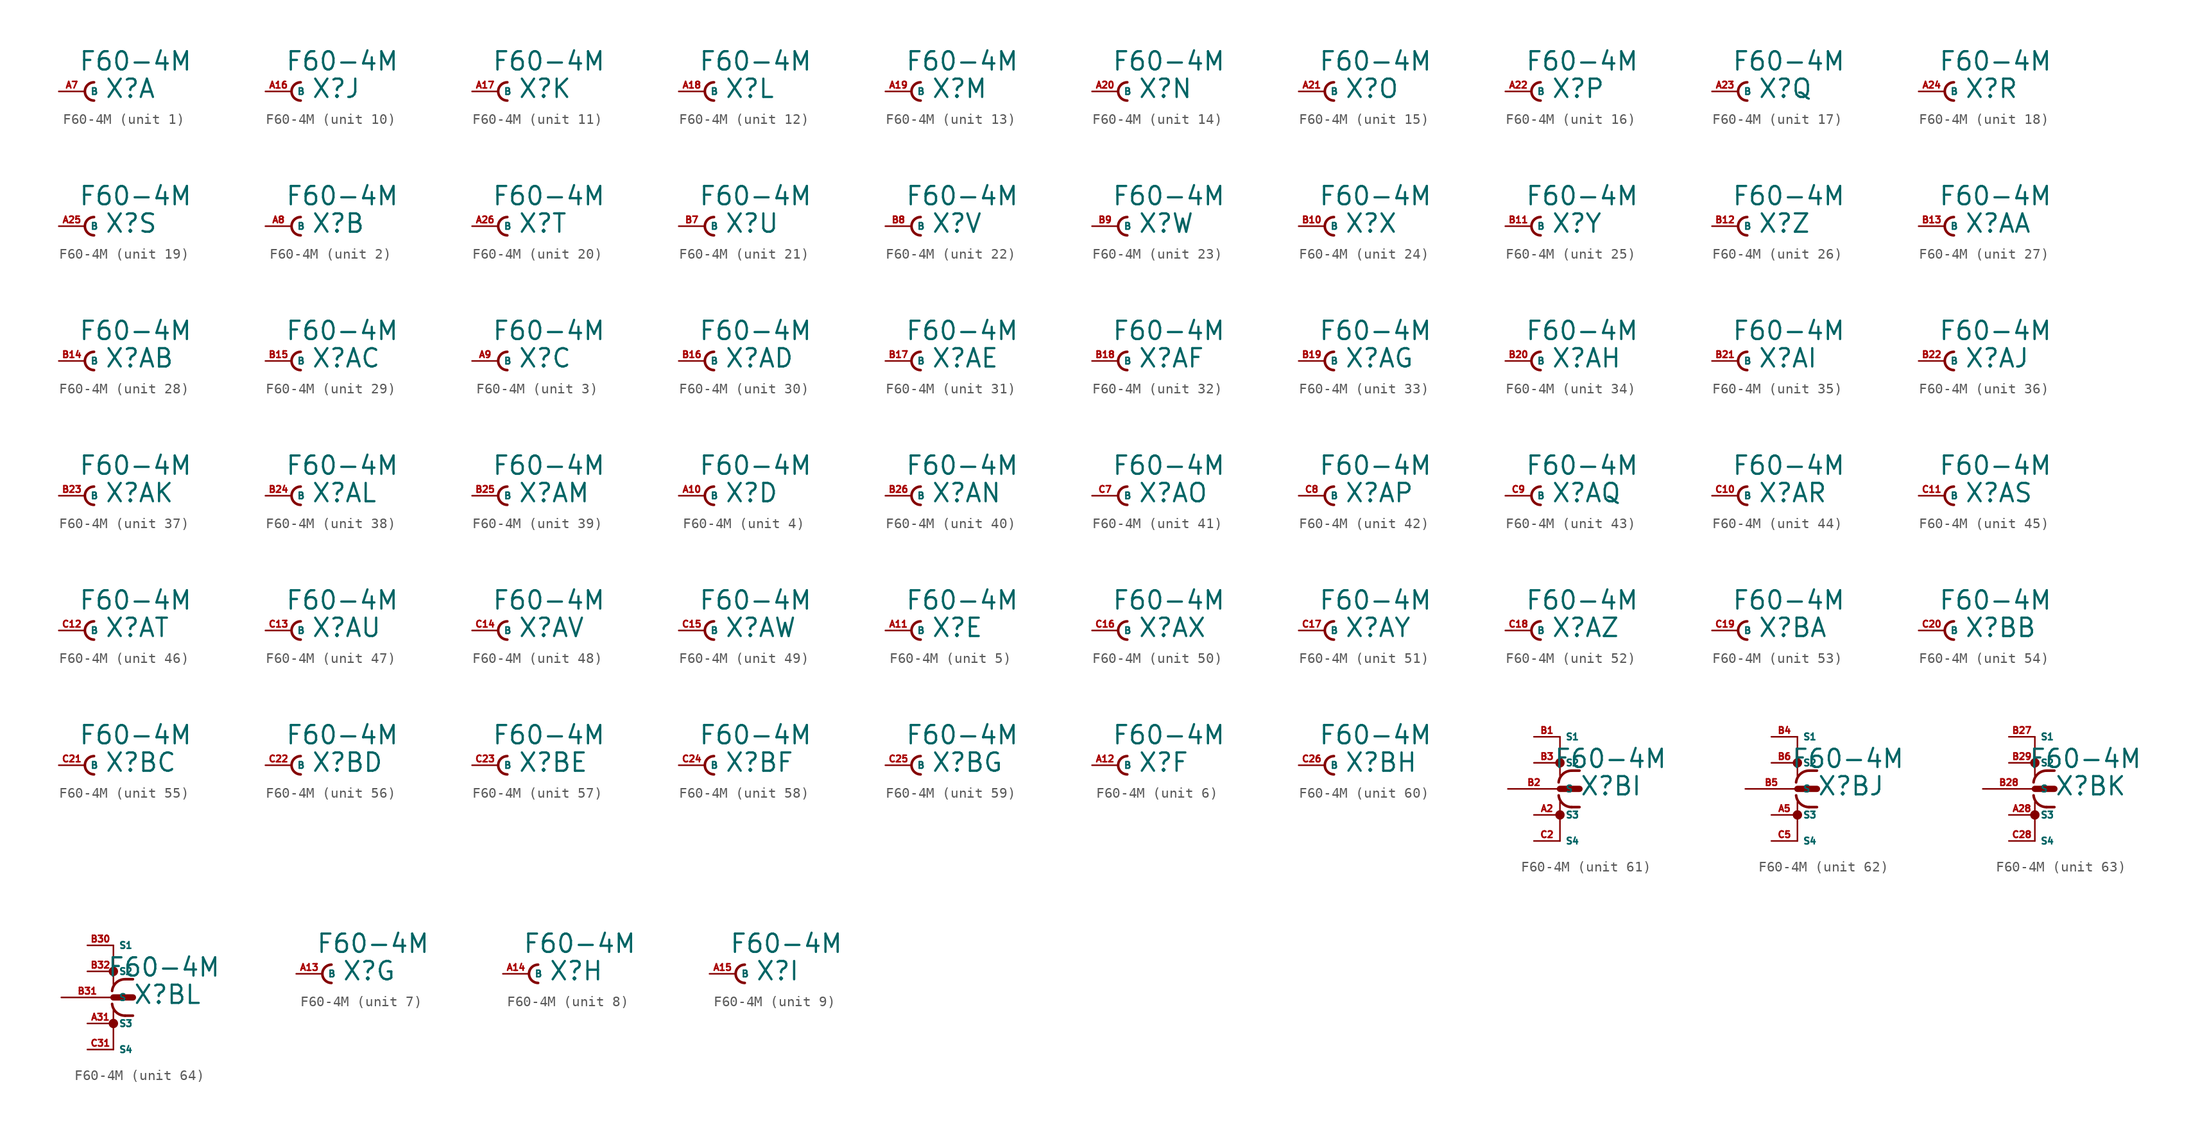
<source format=kicad_sym>
(kicad_symbol_lib
  (version 20220914)
  (generator Eagle2Kicad)
  (symbol "F60-4M"
    (property "Reference" "X"
      (at 1.905 -0.762 0)
      (effects (font (size 1.778 1.778) (thickness 0.22)) (justify left bottom)))
    (property "Value" "F60-4M"
      (at -0.635 1.905 0)
      (effects (font (size 1.778 1.778) (thickness 0.22)) (justify left bottom)))
    (symbol "F60-4M_1_0"
      (arc (start 0.889 0.889) (mid 0.000 0.000) (end 0.889 -0.889) (stroke (width 0.254) (type default)) (fill (type none)))
      (pin passive line (at -2.54 0 0) (length 2.54) (name "B" (effects (font (size 0.635 0.635) (thickness 0.08)) (justify left bottom))) (number "A7" (effects (font (size 0.635 0.635) (thickness 0.08)) (justify left bottom)))))
    (symbol "F60-4M_2_0"
      (arc (start 0.889 0.889) (mid 0.000 0.000) (end 0.889 -0.889) (stroke (width 0.254) (type default)) (fill (type none)))
      (pin passive line (at -2.54 0 0) (length 2.54) (name "B" (effects (font (size 0.635 0.635) (thickness 0.08)) (justify left bottom))) (number "A8" (effects (font (size 0.635 0.635) (thickness 0.08)) (justify left bottom)))))
    (symbol "F60-4M_3_0"
      (arc (start 0.889 0.889) (mid 0.000 0.000) (end 0.889 -0.889) (stroke (width 0.254) (type default)) (fill (type none)))
      (pin passive line (at -2.54 0 0) (length 2.54) (name "B" (effects (font (size 0.635 0.635) (thickness 0.08)) (justify left bottom))) (number "A9" (effects (font (size 0.635 0.635) (thickness 0.08)) (justify left bottom)))))
    (symbol "F60-4M_4_0"
      (arc (start 0.889 0.889) (mid 0.000 0.000) (end 0.889 -0.889) (stroke (width 0.254) (type default)) (fill (type none)))
      (pin passive line (at -2.54 0 0) (length 2.54) (name "B" (effects (font (size 0.635 0.635) (thickness 0.08)) (justify left bottom))) (number "A10" (effects (font (size 0.635 0.635) (thickness 0.08)) (justify left bottom)))))
    (symbol "F60-4M_5_0"
      (arc (start 0.889 0.889) (mid 0.000 0.000) (end 0.889 -0.889) (stroke (width 0.254) (type default)) (fill (type none)))
      (pin passive line (at -2.54 0 0) (length 2.54) (name "B" (effects (font (size 0.635 0.635) (thickness 0.08)) (justify left bottom))) (number "A11" (effects (font (size 0.635 0.635) (thickness 0.08)) (justify left bottom)))))
    (symbol "F60-4M_6_0"
      (arc (start 0.889 0.889) (mid 0.000 0.000) (end 0.889 -0.889) (stroke (width 0.254) (type default)) (fill (type none)))
      (pin passive line (at -2.54 0 0) (length 2.54) (name "B" (effects (font (size 0.635 0.635) (thickness 0.08)) (justify left bottom))) (number "A12" (effects (font (size 0.635 0.635) (thickness 0.08)) (justify left bottom)))))
    (symbol "F60-4M_7_0"
      (arc (start 0.889 0.889) (mid 0.000 0.000) (end 0.889 -0.889) (stroke (width 0.254) (type default)) (fill (type none)))
      (pin passive line (at -2.54 0 0) (length 2.54) (name "B" (effects (font (size 0.635 0.635) (thickness 0.08)) (justify left bottom))) (number "A13" (effects (font (size 0.635 0.635) (thickness 0.08)) (justify left bottom)))))
    (symbol "F60-4M_8_0"
      (arc (start 0.889 0.889) (mid 0.000 0.000) (end 0.889 -0.889) (stroke (width 0.254) (type default)) (fill (type none)))
      (pin passive line (at -2.54 0 0) (length 2.54) (name "B" (effects (font (size 0.635 0.635) (thickness 0.08)) (justify left bottom))) (number "A14" (effects (font (size 0.635 0.635) (thickness 0.08)) (justify left bottom)))))
    (symbol "F60-4M_9_0"
      (arc (start 0.889 0.889) (mid 0.000 0.000) (end 0.889 -0.889) (stroke (width 0.254) (type default)) (fill (type none)))
      (pin passive line (at -2.54 0 0) (length 2.54) (name "B" (effects (font (size 0.635 0.635) (thickness 0.08)) (justify left bottom))) (number "A15" (effects (font (size 0.635 0.635) (thickness 0.08)) (justify left bottom)))))
    (symbol "F60-4M_10_0"
      (arc (start 0.889 0.889) (mid 0.000 0.000) (end 0.889 -0.889) (stroke (width 0.254) (type default)) (fill (type none)))
      (pin passive line (at -2.54 0 0) (length 2.54) (name "B" (effects (font (size 0.635 0.635) (thickness 0.08)) (justify left bottom))) (number "A16" (effects (font (size 0.635 0.635) (thickness 0.08)) (justify left bottom)))))
    (symbol "F60-4M_11_0"
      (arc (start 0.889 0.889) (mid 0.000 0.000) (end 0.889 -0.889) (stroke (width 0.254) (type default)) (fill (type none)))
      (pin passive line (at -2.54 0 0) (length 2.54) (name "B" (effects (font (size 0.635 0.635) (thickness 0.08)) (justify left bottom))) (number "A17" (effects (font (size 0.635 0.635) (thickness 0.08)) (justify left bottom)))))
    (symbol "F60-4M_12_0"
      (arc (start 0.889 0.889) (mid 0.000 0.000) (end 0.889 -0.889) (stroke (width 0.254) (type default)) (fill (type none)))
      (pin passive line (at -2.54 0 0) (length 2.54) (name "B" (effects (font (size 0.635 0.635) (thickness 0.08)) (justify left bottom))) (number "A18" (effects (font (size 0.635 0.635) (thickness 0.08)) (justify left bottom)))))
    (symbol "F60-4M_13_0"
      (arc (start 0.889 0.889) (mid 0.000 0.000) (end 0.889 -0.889) (stroke (width 0.254) (type default)) (fill (type none)))
      (pin passive line (at -2.54 0 0) (length 2.54) (name "B" (effects (font (size 0.635 0.635) (thickness 0.08)) (justify left bottom))) (number "A19" (effects (font (size 0.635 0.635) (thickness 0.08)) (justify left bottom)))))
    (symbol "F60-4M_14_0"
      (arc (start 0.889 0.889) (mid 0.000 0.000) (end 0.889 -0.889) (stroke (width 0.254) (type default)) (fill (type none)))
      (pin passive line (at -2.54 0 0) (length 2.54) (name "B" (effects (font (size 0.635 0.635) (thickness 0.08)) (justify left bottom))) (number "A20" (effects (font (size 0.635 0.635) (thickness 0.08)) (justify left bottom)))))
    (symbol "F60-4M_15_0"
      (arc (start 0.889 0.889) (mid 0.000 0.000) (end 0.889 -0.889) (stroke (width 0.254) (type default)) (fill (type none)))
      (pin passive line (at -2.54 0 0) (length 2.54) (name "B" (effects (font (size 0.635 0.635) (thickness 0.08)) (justify left bottom))) (number "A21" (effects (font (size 0.635 0.635) (thickness 0.08)) (justify left bottom)))))
    (symbol "F60-4M_16_0"
      (arc (start 0.889 0.889) (mid 0.000 0.000) (end 0.889 -0.889) (stroke (width 0.254) (type default)) (fill (type none)))
      (pin passive line (at -2.54 0 0) (length 2.54) (name "B" (effects (font (size 0.635 0.635) (thickness 0.08)) (justify left bottom))) (number "A22" (effects (font (size 0.635 0.635) (thickness 0.08)) (justify left bottom)))))
    (symbol "F60-4M_17_0"
      (arc (start 0.889 0.889) (mid 0.000 0.000) (end 0.889 -0.889) (stroke (width 0.254) (type default)) (fill (type none)))
      (pin passive line (at -2.54 0 0) (length 2.54) (name "B" (effects (font (size 0.635 0.635) (thickness 0.08)) (justify left bottom))) (number "A23" (effects (font (size 0.635 0.635) (thickness 0.08)) (justify left bottom)))))
    (symbol "F60-4M_18_0"
      (arc (start 0.889 0.889) (mid 0.000 0.000) (end 0.889 -0.889) (stroke (width 0.254) (type default)) (fill (type none)))
      (pin passive line (at -2.54 0 0) (length 2.54) (name "B" (effects (font (size 0.635 0.635) (thickness 0.08)) (justify left bottom))) (number "A24" (effects (font (size 0.635 0.635) (thickness 0.08)) (justify left bottom)))))
    (symbol "F60-4M_19_0"
      (arc (start 0.889 0.889) (mid 0.000 0.000) (end 0.889 -0.889) (stroke (width 0.254) (type default)) (fill (type none)))
      (pin passive line (at -2.54 0 0) (length 2.54) (name "B" (effects (font (size 0.635 0.635) (thickness 0.08)) (justify left bottom))) (number "A25" (effects (font (size 0.635 0.635) (thickness 0.08)) (justify left bottom)))))
    (symbol "F60-4M_20_0"
      (arc (start 0.889 0.889) (mid 0.000 0.000) (end 0.889 -0.889) (stroke (width 0.254) (type default)) (fill (type none)))
      (pin passive line (at -2.54 0 0) (length 2.54) (name "B" (effects (font (size 0.635 0.635) (thickness 0.08)) (justify left bottom))) (number "A26" (effects (font (size 0.635 0.635) (thickness 0.08)) (justify left bottom)))))
    (symbol "F60-4M_21_0"
      (arc (start 0.889 0.889) (mid 0.000 0.000) (end 0.889 -0.889) (stroke (width 0.254) (type default)) (fill (type none)))
      (pin passive line (at -2.54 0 0) (length 2.54) (name "B" (effects (font (size 0.635 0.635) (thickness 0.08)) (justify left bottom))) (number "B7" (effects (font (size 0.635 0.635) (thickness 0.08)) (justify left bottom)))))
    (symbol "F60-4M_22_0"
      (arc (start 0.889 0.889) (mid 0.000 0.000) (end 0.889 -0.889) (stroke (width 0.254) (type default)) (fill (type none)))
      (pin passive line (at -2.54 0 0) (length 2.54) (name "B" (effects (font (size 0.635 0.635) (thickness 0.08)) (justify left bottom))) (number "B8" (effects (font (size 0.635 0.635) (thickness 0.08)) (justify left bottom)))))
    (symbol "F60-4M_23_0"
      (arc (start 0.889 0.889) (mid 0.000 0.000) (end 0.889 -0.889) (stroke (width 0.254) (type default)) (fill (type none)))
      (pin passive line (at -2.54 0 0) (length 2.54) (name "B" (effects (font (size 0.635 0.635) (thickness 0.08)) (justify left bottom))) (number "B9" (effects (font (size 0.635 0.635) (thickness 0.08)) (justify left bottom)))))
    (symbol "F60-4M_24_0"
      (arc (start 0.889 0.889) (mid 0.000 0.000) (end 0.889 -0.889) (stroke (width 0.254) (type default)) (fill (type none)))
      (pin passive line (at -2.54 0 0) (length 2.54) (name "B" (effects (font (size 0.635 0.635) (thickness 0.08)) (justify left bottom))) (number "B10" (effects (font (size 0.635 0.635) (thickness 0.08)) (justify left bottom)))))
    (symbol "F60-4M_25_0"
      (arc (start 0.889 0.889) (mid 0.000 0.000) (end 0.889 -0.889) (stroke (width 0.254) (type default)) (fill (type none)))
      (pin passive line (at -2.54 0 0) (length 2.54) (name "B" (effects (font (size 0.635 0.635) (thickness 0.08)) (justify left bottom))) (number "B11" (effects (font (size 0.635 0.635) (thickness 0.08)) (justify left bottom)))))
    (symbol "F60-4M_26_0"
      (arc (start 0.889 0.889) (mid 0.000 0.000) (end 0.889 -0.889) (stroke (width 0.254) (type default)) (fill (type none)))
      (pin passive line (at -2.54 0 0) (length 2.54) (name "B" (effects (font (size 0.635 0.635) (thickness 0.08)) (justify left bottom))) (number "B12" (effects (font (size 0.635 0.635) (thickness 0.08)) (justify left bottom)))))
    (symbol "F60-4M_27_0"
      (arc (start 0.889 0.889) (mid 0.000 0.000) (end 0.889 -0.889) (stroke (width 0.254) (type default)) (fill (type none)))
      (pin passive line (at -2.54 0 0) (length 2.54) (name "B" (effects (font (size 0.635 0.635) (thickness 0.08)) (justify left bottom))) (number "B13" (effects (font (size 0.635 0.635) (thickness 0.08)) (justify left bottom)))))
    (symbol "F60-4M_28_0"
      (arc (start 0.889 0.889) (mid 0.000 0.000) (end 0.889 -0.889) (stroke (width 0.254) (type default)) (fill (type none)))
      (pin passive line (at -2.54 0 0) (length 2.54) (name "B" (effects (font (size 0.635 0.635) (thickness 0.08)) (justify left bottom))) (number "B14" (effects (font (size 0.635 0.635) (thickness 0.08)) (justify left bottom)))))
    (symbol "F60-4M_29_0"
      (arc (start 0.889 0.889) (mid 0.000 0.000) (end 0.889 -0.889) (stroke (width 0.254) (type default)) (fill (type none)))
      (pin passive line (at -2.54 0 0) (length 2.54) (name "B" (effects (font (size 0.635 0.635) (thickness 0.08)) (justify left bottom))) (number "B15" (effects (font (size 0.635 0.635) (thickness 0.08)) (justify left bottom)))))
    (symbol "F60-4M_30_0"
      (arc (start 0.889 0.889) (mid 0.000 0.000) (end 0.889 -0.889) (stroke (width 0.254) (type default)) (fill (type none)))
      (pin passive line (at -2.54 0 0) (length 2.54) (name "B" (effects (font (size 0.635 0.635) (thickness 0.08)) (justify left bottom))) (number "B16" (effects (font (size 0.635 0.635) (thickness 0.08)) (justify left bottom)))))
    (symbol "F60-4M_31_0"
      (arc (start 0.889 0.889) (mid 0.000 0.000) (end 0.889 -0.889) (stroke (width 0.254) (type default)) (fill (type none)))
      (pin passive line (at -2.54 0 0) (length 2.54) (name "B" (effects (font (size 0.635 0.635) (thickness 0.08)) (justify left bottom))) (number "B17" (effects (font (size 0.635 0.635) (thickness 0.08)) (justify left bottom)))))
    (symbol "F60-4M_32_0"
      (arc (start 0.889 0.889) (mid 0.000 0.000) (end 0.889 -0.889) (stroke (width 0.254) (type default)) (fill (type none)))
      (pin passive line (at -2.54 0 0) (length 2.54) (name "B" (effects (font (size 0.635 0.635) (thickness 0.08)) (justify left bottom))) (number "B18" (effects (font (size 0.635 0.635) (thickness 0.08)) (justify left bottom)))))
    (symbol "F60-4M_33_0"
      (arc (start 0.889 0.889) (mid 0.000 0.000) (end 0.889 -0.889) (stroke (width 0.254) (type default)) (fill (type none)))
      (pin passive line (at -2.54 0 0) (length 2.54) (name "B" (effects (font (size 0.635 0.635) (thickness 0.08)) (justify left bottom))) (number "B19" (effects (font (size 0.635 0.635) (thickness 0.08)) (justify left bottom)))))
    (symbol "F60-4M_34_0"
      (arc (start 0.889 0.889) (mid 0.000 0.000) (end 0.889 -0.889) (stroke (width 0.254) (type default)) (fill (type none)))
      (pin passive line (at -2.54 0 0) (length 2.54) (name "B" (effects (font (size 0.635 0.635) (thickness 0.08)) (justify left bottom))) (number "B20" (effects (font (size 0.635 0.635) (thickness 0.08)) (justify left bottom)))))
    (symbol "F60-4M_35_0"
      (arc (start 0.889 0.889) (mid 0.000 0.000) (end 0.889 -0.889) (stroke (width 0.254) (type default)) (fill (type none)))
      (pin passive line (at -2.54 0 0) (length 2.54) (name "B" (effects (font (size 0.635 0.635) (thickness 0.08)) (justify left bottom))) (number "B21" (effects (font (size 0.635 0.635) (thickness 0.08)) (justify left bottom)))))
    (symbol "F60-4M_36_0"
      (arc (start 0.889 0.889) (mid 0.000 0.000) (end 0.889 -0.889) (stroke (width 0.254) (type default)) (fill (type none)))
      (pin passive line (at -2.54 0 0) (length 2.54) (name "B" (effects (font (size 0.635 0.635) (thickness 0.08)) (justify left bottom))) (number "B22" (effects (font (size 0.635 0.635) (thickness 0.08)) (justify left bottom)))))
    (symbol "F60-4M_37_0"
      (arc (start 0.889 0.889) (mid 0.000 0.000) (end 0.889 -0.889) (stroke (width 0.254) (type default)) (fill (type none)))
      (pin passive line (at -2.54 0 0) (length 2.54) (name "B" (effects (font (size 0.635 0.635) (thickness 0.08)) (justify left bottom))) (number "B23" (effects (font (size 0.635 0.635) (thickness 0.08)) (justify left bottom)))))
    (symbol "F60-4M_38_0"
      (arc (start 0.889 0.889) (mid 0.000 0.000) (end 0.889 -0.889) (stroke (width 0.254) (type default)) (fill (type none)))
      (pin passive line (at -2.54 0 0) (length 2.54) (name "B" (effects (font (size 0.635 0.635) (thickness 0.08)) (justify left bottom))) (number "B24" (effects (font (size 0.635 0.635) (thickness 0.08)) (justify left bottom)))))
    (symbol "F60-4M_39_0"
      (arc (start 0.889 0.889) (mid 0.000 0.000) (end 0.889 -0.889) (stroke (width 0.254) (type default)) (fill (type none)))
      (pin passive line (at -2.54 0 0) (length 2.54) (name "B" (effects (font (size 0.635 0.635) (thickness 0.08)) (justify left bottom))) (number "B25" (effects (font (size 0.635 0.635) (thickness 0.08)) (justify left bottom)))))
    (symbol "F60-4M_40_0"
      (arc (start 0.889 0.889) (mid 0.000 0.000) (end 0.889 -0.889) (stroke (width 0.254) (type default)) (fill (type none)))
      (pin passive line (at -2.54 0 0) (length 2.54) (name "B" (effects (font (size 0.635 0.635) (thickness 0.08)) (justify left bottom))) (number "B26" (effects (font (size 0.635 0.635) (thickness 0.08)) (justify left bottom)))))
    (symbol "F60-4M_41_0"
      (arc (start 0.889 0.889) (mid 0.000 0.000) (end 0.889 -0.889) (stroke (width 0.254) (type default)) (fill (type none)))
      (pin passive line (at -2.54 0 0) (length 2.54) (name "B" (effects (font (size 0.635 0.635) (thickness 0.08)) (justify left bottom))) (number "C7" (effects (font (size 0.635 0.635) (thickness 0.08)) (justify left bottom)))))
    (symbol "F60-4M_42_0"
      (arc (start 0.889 0.889) (mid 0.000 0.000) (end 0.889 -0.889) (stroke (width 0.254) (type default)) (fill (type none)))
      (pin passive line (at -2.54 0 0) (length 2.54) (name "B" (effects (font (size 0.635 0.635) (thickness 0.08)) (justify left bottom))) (number "C8" (effects (font (size 0.635 0.635) (thickness 0.08)) (justify left bottom)))))
    (symbol "F60-4M_43_0"
      (arc (start 0.889 0.889) (mid 0.000 0.000) (end 0.889 -0.889) (stroke (width 0.254) (type default)) (fill (type none)))
      (pin passive line (at -2.54 0 0) (length 2.54) (name "B" (effects (font (size 0.635 0.635) (thickness 0.08)) (justify left bottom))) (number "C9" (effects (font (size 0.635 0.635) (thickness 0.08)) (justify left bottom)))))
    (symbol "F60-4M_44_0"
      (arc (start 0.889 0.889) (mid 0.000 0.000) (end 0.889 -0.889) (stroke (width 0.254) (type default)) (fill (type none)))
      (pin passive line (at -2.54 0 0) (length 2.54) (name "B" (effects (font (size 0.635 0.635) (thickness 0.08)) (justify left bottom))) (number "C10" (effects (font (size 0.635 0.635) (thickness 0.08)) (justify left bottom)))))
    (symbol "F60-4M_45_0"
      (arc (start 0.889 0.889) (mid 0.000 0.000) (end 0.889 -0.889) (stroke (width 0.254) (type default)) (fill (type none)))
      (pin passive line (at -2.54 0 0) (length 2.54) (name "B" (effects (font (size 0.635 0.635) (thickness 0.08)) (justify left bottom))) (number "C11" (effects (font (size 0.635 0.635) (thickness 0.08)) (justify left bottom)))))
    (symbol "F60-4M_46_0"
      (arc (start 0.889 0.889) (mid 0.000 0.000) (end 0.889 -0.889) (stroke (width 0.254) (type default)) (fill (type none)))
      (pin passive line (at -2.54 0 0) (length 2.54) (name "B" (effects (font (size 0.635 0.635) (thickness 0.08)) (justify left bottom))) (number "C12" (effects (font (size 0.635 0.635) (thickness 0.08)) (justify left bottom)))))
    (symbol "F60-4M_47_0"
      (arc (start 0.889 0.889) (mid 0.000 0.000) (end 0.889 -0.889) (stroke (width 0.254) (type default)) (fill (type none)))
      (pin passive line (at -2.54 0 0) (length 2.54) (name "B" (effects (font (size 0.635 0.635) (thickness 0.08)) (justify left bottom))) (number "C13" (effects (font (size 0.635 0.635) (thickness 0.08)) (justify left bottom)))))
    (symbol "F60-4M_48_0"
      (arc (start 0.889 0.889) (mid 0.000 0.000) (end 0.889 -0.889) (stroke (width 0.254) (type default)) (fill (type none)))
      (pin passive line (at -2.54 0 0) (length 2.54) (name "B" (effects (font (size 0.635 0.635) (thickness 0.08)) (justify left bottom))) (number "C14" (effects (font (size 0.635 0.635) (thickness 0.08)) (justify left bottom)))))
    (symbol "F60-4M_49_0"
      (arc (start 0.889 0.889) (mid 0.000 0.000) (end 0.889 -0.889) (stroke (width 0.254) (type default)) (fill (type none)))
      (pin passive line (at -2.54 0 0) (length 2.54) (name "B" (effects (font (size 0.635 0.635) (thickness 0.08)) (justify left bottom))) (number "C15" (effects (font (size 0.635 0.635) (thickness 0.08)) (justify left bottom)))))
    (symbol "F60-4M_50_0"
      (arc (start 0.889 0.889) (mid 0.000 0.000) (end 0.889 -0.889) (stroke (width 0.254) (type default)) (fill (type none)))
      (pin passive line (at -2.54 0 0) (length 2.54) (name "B" (effects (font (size 0.635 0.635) (thickness 0.08)) (justify left bottom))) (number "C16" (effects (font (size 0.635 0.635) (thickness 0.08)) (justify left bottom)))))
    (symbol "F60-4M_51_0"
      (arc (start 0.889 0.889) (mid 0.000 0.000) (end 0.889 -0.889) (stroke (width 0.254) (type default)) (fill (type none)))
      (pin passive line (at -2.54 0 0) (length 2.54) (name "B" (effects (font (size 0.635 0.635) (thickness 0.08)) (justify left bottom))) (number "C17" (effects (font (size 0.635 0.635) (thickness 0.08)) (justify left bottom)))))
    (symbol "F60-4M_52_0"
      (arc (start 0.889 0.889) (mid 0.000 0.000) (end 0.889 -0.889) (stroke (width 0.254) (type default)) (fill (type none)))
      (pin passive line (at -2.54 0 0) (length 2.54) (name "B" (effects (font (size 0.635 0.635) (thickness 0.08)) (justify left bottom))) (number "C18" (effects (font (size 0.635 0.635) (thickness 0.08)) (justify left bottom)))))
    (symbol "F60-4M_53_0"
      (arc (start 0.889 0.889) (mid 0.000 0.000) (end 0.889 -0.889) (stroke (width 0.254) (type default)) (fill (type none)))
      (pin passive line (at -2.54 0 0) (length 2.54) (name "B" (effects (font (size 0.635 0.635) (thickness 0.08)) (justify left bottom))) (number "C19" (effects (font (size 0.635 0.635) (thickness 0.08)) (justify left bottom)))))
    (symbol "F60-4M_54_0"
      (arc (start 0.889 0.889) (mid 0.000 0.000) (end 0.889 -0.889) (stroke (width 0.254) (type default)) (fill (type none)))
      (pin passive line (at -2.54 0 0) (length 2.54) (name "B" (effects (font (size 0.635 0.635) (thickness 0.08)) (justify left bottom))) (number "C20" (effects (font (size 0.635 0.635) (thickness 0.08)) (justify left bottom)))))
    (symbol "F60-4M_55_0"
      (arc (start 0.889 0.889) (mid 0.000 0.000) (end 0.889 -0.889) (stroke (width 0.254) (type default)) (fill (type none)))
      (pin passive line (at -2.54 0 0) (length 2.54) (name "B" (effects (font (size 0.635 0.635) (thickness 0.08)) (justify left bottom))) (number "C21" (effects (font (size 0.635 0.635) (thickness 0.08)) (justify left bottom)))))
    (symbol "F60-4M_56_0"
      (arc (start 0.889 0.889) (mid 0.000 0.000) (end 0.889 -0.889) (stroke (width 0.254) (type default)) (fill (type none)))
      (pin passive line (at -2.54 0 0) (length 2.54) (name "B" (effects (font (size 0.635 0.635) (thickness 0.08)) (justify left bottom))) (number "C22" (effects (font (size 0.635 0.635) (thickness 0.08)) (justify left bottom)))))
    (symbol "F60-4M_57_0"
      (arc (start 0.889 0.889) (mid 0.000 0.000) (end 0.889 -0.889) (stroke (width 0.254) (type default)) (fill (type none)))
      (pin passive line (at -2.54 0 0) (length 2.54) (name "B" (effects (font (size 0.635 0.635) (thickness 0.08)) (justify left bottom))) (number "C23" (effects (font (size 0.635 0.635) (thickness 0.08)) (justify left bottom)))))
    (symbol "F60-4M_58_0"
      (arc (start 0.889 0.889) (mid 0.000 0.000) (end 0.889 -0.889) (stroke (width 0.254) (type default)) (fill (type none)))
      (pin passive line (at -2.54 0 0) (length 2.54) (name "B" (effects (font (size 0.635 0.635) (thickness 0.08)) (justify left bottom))) (number "C24" (effects (font (size 0.635 0.635) (thickness 0.08)) (justify left bottom)))))
    (symbol "F60-4M_59_0"
      (arc (start 0.889 0.889) (mid 0.000 0.000) (end 0.889 -0.889) (stroke (width 0.254) (type default)) (fill (type none)))
      (pin passive line (at -2.54 0 0) (length 2.54) (name "B" (effects (font (size 0.635 0.635) (thickness 0.08)) (justify left bottom))) (number "C25" (effects (font (size 0.635 0.635) (thickness 0.08)) (justify left bottom)))))
    (symbol "F60-4M_60_0"
      (arc (start 0.889 0.889) (mid 0.000 0.000) (end 0.889 -0.889) (stroke (width 0.254) (type default)) (fill (type none)))
      (pin passive line (at -2.54 0 0) (length 2.54) (name "B" (effects (font (size 0.635 0.635) (thickness 0.08)) (justify left bottom))) (number "C26" (effects (font (size 0.635 0.635) (thickness 0.08)) (justify left bottom)))))
    (symbol "F60-4M_61_0"
      (polyline (pts (xy 0 0) (xy 1.905 0)) (stroke (width 0.61) (type default)) (fill (type none)))
      (polyline (pts (xy 0 5.08) (xy 0 1.27)) (stroke (width 0.152) (type default)) (fill (type none)))
      (polyline (pts (xy 0 -5.08) (xy 0 -1.27)) (stroke (width 0.152) (type default)) (fill (type none)))
      (polyline (pts (xy 1.905 1.778) (xy 1.143 1.778)) (stroke (width 0.254) (type default)) (fill (type none)))
      (polyline (pts (xy 1.905 -1.778) (xy 1.143 -1.778)) (stroke (width 0.254) (type default)) (fill (type none)))
      (arc (start 1.143 1.778) (mid 0.287 1.452) (end -0.127 0.635) (stroke (width 0.254) (type default)) (fill (type none)))
      (arc (start -0.127 -0.635) (mid 0.287 -1.452) (end 1.143 -1.778) (stroke (width 0.254) (type default)) (fill (type none)))
      (circle (center 0 2.54) (radius 0.254) (stroke (width 0.406) (type default)) (fill (type none)))
      (circle (center 0 -2.54) (radius 0.254) (stroke (width 0.406) (type default)) (fill (type none)))
      (pin passive line (at -5.08 0 0) (length 5.08) (name "S" (effects (font (size 0.635 0.635) (thickness 0.08)) (justify left bottom))) (number "B2" (effects (font (size 0.635 0.635) (thickness 0.08)) (justify left bottom))))
      (pin passive line (at -2.54 5.08 0) (length 2.54) (name "S1" (effects (font (size 0.635 0.635) (thickness 0.08)) (justify left bottom))) (number "B1" (effects (font (size 0.635 0.635) (thickness 0.08)) (justify left bottom))))
      (pin passive line (at -2.54 2.54 0) (length 2.54) (name "S2" (effects (font (size 0.635 0.635) (thickness 0.08)) (justify left bottom))) (number "B3" (effects (font (size 0.635 0.635) (thickness 0.08)) (justify left bottom))))
      (pin passive line (at -2.54 -2.54 0) (length 2.54) (name "S3" (effects (font (size 0.635 0.635) (thickness 0.08)) (justify left bottom))) (number "A2" (effects (font (size 0.635 0.635) (thickness 0.08)) (justify left bottom))))
      (pin passive line (at -2.54 -5.08 0) (length 2.54) (name "S4" (effects (font (size 0.635 0.635) (thickness 0.08)) (justify left bottom))) (number "C2" (effects (font (size 0.635 0.635) (thickness 0.08)) (justify left bottom)))))
    (symbol "F60-4M_62_0"
      (polyline (pts (xy 0 0) (xy 1.905 0)) (stroke (width 0.61) (type default)) (fill (type none)))
      (polyline (pts (xy 0 5.08) (xy 0 1.27)) (stroke (width 0.152) (type default)) (fill (type none)))
      (polyline (pts (xy 0 -5.08) (xy 0 -1.27)) (stroke (width 0.152) (type default)) (fill (type none)))
      (polyline (pts (xy 1.905 1.778) (xy 1.143 1.778)) (stroke (width 0.254) (type default)) (fill (type none)))
      (polyline (pts (xy 1.905 -1.778) (xy 1.143 -1.778)) (stroke (width 0.254) (type default)) (fill (type none)))
      (arc (start 1.143 1.778) (mid 0.287 1.452) (end -0.127 0.635) (stroke (width 0.254) (type default)) (fill (type none)))
      (arc (start -0.127 -0.635) (mid 0.287 -1.452) (end 1.143 -1.778) (stroke (width 0.254) (type default)) (fill (type none)))
      (circle (center 0 2.54) (radius 0.254) (stroke (width 0.406) (type default)) (fill (type none)))
      (circle (center 0 -2.54) (radius 0.254) (stroke (width 0.406) (type default)) (fill (type none)))
      (pin passive line (at -5.08 0 0) (length 5.08) (name "S" (effects (font (size 0.635 0.635) (thickness 0.08)) (justify left bottom))) (number "B5" (effects (font (size 0.635 0.635) (thickness 0.08)) (justify left bottom))))
      (pin passive line (at -2.54 5.08 0) (length 2.54) (name "S1" (effects (font (size 0.635 0.635) (thickness 0.08)) (justify left bottom))) (number "B4" (effects (font (size 0.635 0.635) (thickness 0.08)) (justify left bottom))))
      (pin passive line (at -2.54 2.54 0) (length 2.54) (name "S2" (effects (font (size 0.635 0.635) (thickness 0.08)) (justify left bottom))) (number "B6" (effects (font (size 0.635 0.635) (thickness 0.08)) (justify left bottom))))
      (pin passive line (at -2.54 -2.54 0) (length 2.54) (name "S3" (effects (font (size 0.635 0.635) (thickness 0.08)) (justify left bottom))) (number "A5" (effects (font (size 0.635 0.635) (thickness 0.08)) (justify left bottom))))
      (pin passive line (at -2.54 -5.08 0) (length 2.54) (name "S4" (effects (font (size 0.635 0.635) (thickness 0.08)) (justify left bottom))) (number "C5" (effects (font (size 0.635 0.635) (thickness 0.08)) (justify left bottom)))))
    (symbol "F60-4M_63_0"
      (polyline (pts (xy 0 0) (xy 1.905 0)) (stroke (width 0.61) (type default)) (fill (type none)))
      (polyline (pts (xy 0 5.08) (xy 0 1.27)) (stroke (width 0.152) (type default)) (fill (type none)))
      (polyline (pts (xy 0 -5.08) (xy 0 -1.27)) (stroke (width 0.152) (type default)) (fill (type none)))
      (polyline (pts (xy 1.905 1.778) (xy 1.143 1.778)) (stroke (width 0.254) (type default)) (fill (type none)))
      (polyline (pts (xy 1.905 -1.778) (xy 1.143 -1.778)) (stroke (width 0.254) (type default)) (fill (type none)))
      (arc (start 1.143 1.778) (mid 0.287 1.452) (end -0.127 0.635) (stroke (width 0.254) (type default)) (fill (type none)))
      (arc (start -0.127 -0.635) (mid 0.287 -1.452) (end 1.143 -1.778) (stroke (width 0.254) (type default)) (fill (type none)))
      (circle (center 0 2.54) (radius 0.254) (stroke (width 0.406) (type default)) (fill (type none)))
      (circle (center 0 -2.54) (radius 0.254) (stroke (width 0.406) (type default)) (fill (type none)))
      (pin passive line (at -5.08 0 0) (length 5.08) (name "S" (effects (font (size 0.635 0.635) (thickness 0.08)) (justify left bottom))) (number "B28" (effects (font (size 0.635 0.635) (thickness 0.08)) (justify left bottom))))
      (pin passive line (at -2.54 5.08 0) (length 2.54) (name "S1" (effects (font (size 0.635 0.635) (thickness 0.08)) (justify left bottom))) (number "B27" (effects (font (size 0.635 0.635) (thickness 0.08)) (justify left bottom))))
      (pin passive line (at -2.54 2.54 0) (length 2.54) (name "S2" (effects (font (size 0.635 0.635) (thickness 0.08)) (justify left bottom))) (number "B29" (effects (font (size 0.635 0.635) (thickness 0.08)) (justify left bottom))))
      (pin passive line (at -2.54 -2.54 0) (length 2.54) (name "S3" (effects (font (size 0.635 0.635) (thickness 0.08)) (justify left bottom))) (number "A28" (effects (font (size 0.635 0.635) (thickness 0.08)) (justify left bottom))))
      (pin passive line (at -2.54 -5.08 0) (length 2.54) (name "S4" (effects (font (size 0.635 0.635) (thickness 0.08)) (justify left bottom))) (number "C28" (effects (font (size 0.635 0.635) (thickness 0.08)) (justify left bottom)))))
    (symbol "F60-4M_64_0"
      (polyline (pts (xy 0 0) (xy 1.905 0)) (stroke (width 0.61) (type default)) (fill (type none)))
      (polyline (pts (xy 0 5.08) (xy 0 1.27)) (stroke (width 0.152) (type default)) (fill (type none)))
      (polyline (pts (xy 0 -5.08) (xy 0 -1.27)) (stroke (width 0.152) (type default)) (fill (type none)))
      (polyline (pts (xy 1.905 1.778) (xy 1.143 1.778)) (stroke (width 0.254) (type default)) (fill (type none)))
      (polyline (pts (xy 1.905 -1.778) (xy 1.143 -1.778)) (stroke (width 0.254) (type default)) (fill (type none)))
      (arc (start 1.143 1.778) (mid 0.287 1.452) (end -0.127 0.635) (stroke (width 0.254) (type default)) (fill (type none)))
      (arc (start -0.127 -0.635) (mid 0.287 -1.452) (end 1.143 -1.778) (stroke (width 0.254) (type default)) (fill (type none)))
      (circle (center 0 2.54) (radius 0.254) (stroke (width 0.406) (type default)) (fill (type none)))
      (circle (center 0 -2.54) (radius 0.254) (stroke (width 0.406) (type default)) (fill (type none)))
      (pin passive line (at -5.08 0 0) (length 5.08) (name "S" (effects (font (size 0.635 0.635) (thickness 0.08)) (justify left bottom))) (number "B31" (effects (font (size 0.635 0.635) (thickness 0.08)) (justify left bottom))))
      (pin passive line (at -2.54 5.08 0) (length 2.54) (name "S1" (effects (font (size 0.635 0.635) (thickness 0.08)) (justify left bottom))) (number "B30" (effects (font (size 0.635 0.635) (thickness 0.08)) (justify left bottom))))
      (pin passive line (at -2.54 2.54 0) (length 2.54) (name "S2" (effects (font (size 0.635 0.635) (thickness 0.08)) (justify left bottom))) (number "B32" (effects (font (size 0.635 0.635) (thickness 0.08)) (justify left bottom))))
      (pin passive line (at -2.54 -2.54 0) (length 2.54) (name "S3" (effects (font (size 0.635 0.635) (thickness 0.08)) (justify left bottom))) (number "A31" (effects (font (size 0.635 0.635) (thickness 0.08)) (justify left bottom))))
      (pin passive line (at -2.54 -5.08 0) (length 2.54) (name "S4" (effects (font (size 0.635 0.635) (thickness 0.08)) (justify left bottom))) (number "C31" (effects (font (size 0.635 0.635) (thickness 0.08)) (justify left bottom)))))))
</source>
